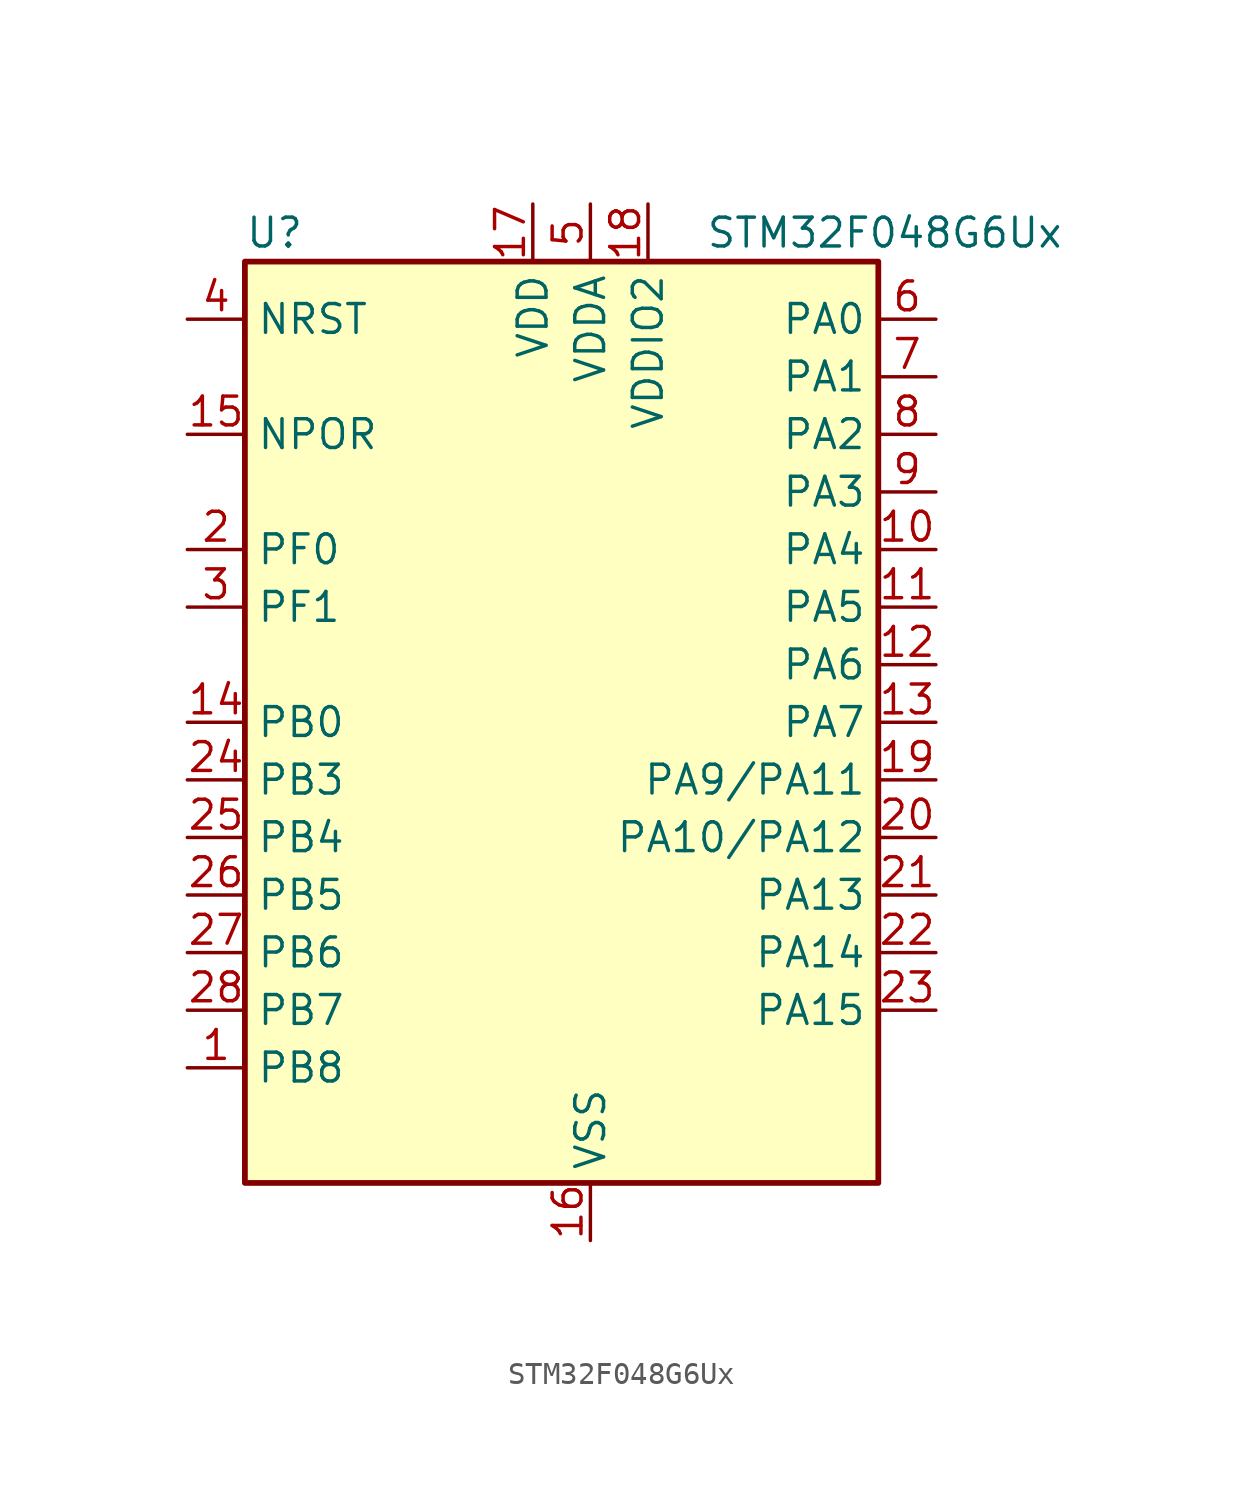
<source format=kicad_sym>
(kicad_symbol_lib
  (version 20220914)
  (generator kicad_symbol_editor)
  (symbol "STM32F048G6Ux"
    (property "Reference" "U"
      (at -12.7 21.59 0)
      (effects (font (size 1.27 1.27)) (justify left)))
    (property "Value" "STM32F048G6Ux"
      (at 7.62 21.59 0)
      (effects (font (size 1.27 1.27)) (justify left)))
    (property "ki_locked" ""
      (at 0 0 0)
      (effects (font (size 1.27 1.27))))
    (symbol "STM32F048G6Ux_0_1"
      (rectangle (start -12.7 -20.32) (end 15.24 20.32) (stroke (width 0.254) (type default)) (fill (type background))))
    (symbol "STM32F048G6Ux_1_1"
      (pin bidirectional line (at -15.24 -15.24 0) (length 2.54) (name "PB8" (effects (font (size 1.27 1.27)))) (number "1" (effects (font (size 1.27 1.27)))) (alternate "CEC" bidirectional line) (alternate "I2C1_SCL" bidirectional line) (alternate "TIM16_CH1" bidirectional line) (alternate "TSC_SYNC" bidirectional line))
      (pin bidirectional line (at 17.78 7.62 180) (length 2.54) (name "PA4" (effects (font (size 1.27 1.27)))) (number "10" (effects (font (size 1.27 1.27)))) (alternate "ADC_IN4" bidirectional line) (alternate "I2S1_WS" bidirectional line) (alternate "SPI1_NSS" bidirectional line) (alternate "TIM14_CH1" bidirectional line) (alternate "TSC_G2_IO1" bidirectional line) (alternate "USART2_CK" bidirectional line) (alternate "USB_NOE" bidirectional line))
      (pin bidirectional line (at 17.78 5.08 180) (length 2.54) (name "PA5" (effects (font (size 1.27 1.27)))) (number "11" (effects (font (size 1.27 1.27)))) (alternate "ADC_IN5" bidirectional line) (alternate "CEC" bidirectional line) (alternate "I2S1_CK" bidirectional line) (alternate "SPI1_SCK" bidirectional line) (alternate "TIM2_CH1" bidirectional line) (alternate "TIM2_ETR" bidirectional line) (alternate "TSC_G2_IO2" bidirectional line))
      (pin bidirectional line (at 17.78 2.54 180) (length 2.54) (name "PA6" (effects (font (size 1.27 1.27)))) (number "12" (effects (font (size 1.27 1.27)))) (alternate "ADC_IN6" bidirectional line) (alternate "I2S1_MCK" bidirectional line) (alternate "SPI1_MISO" bidirectional line) (alternate "TIM16_CH1" bidirectional line) (alternate "TIM1_BKIN" bidirectional line) (alternate "TIM3_CH1" bidirectional line) (alternate "TSC_G2_IO3" bidirectional line))
      (pin bidirectional line (at 17.78 0 180) (length 2.54) (name "PA7" (effects (font (size 1.27 1.27)))) (number "13" (effects (font (size 1.27 1.27)))) (alternate "ADC_IN7" bidirectional line) (alternate "I2S1_SD" bidirectional line) (alternate "SPI1_MOSI" bidirectional line) (alternate "TIM14_CH1" bidirectional line) (alternate "TIM17_CH1" bidirectional line) (alternate "TIM1_CH1N" bidirectional line) (alternate "TIM3_CH2" bidirectional line) (alternate "TSC_G2_IO4" bidirectional line))
      (pin bidirectional line (at -15.24 0 0) (length 2.54) (name "PB0" (effects (font (size 1.27 1.27)))) (number "14" (effects (font (size 1.27 1.27)))) (alternate "ADC_IN8" bidirectional line) (alternate "TIM1_CH2N" bidirectional line) (alternate "TIM3_CH3" bidirectional line))
      (pin input line (at -15.24 12.7 0) (length 2.54) (name "NPOR" (effects (font (size 1.27 1.27)))) (number "15" (effects (font (size 1.27 1.27)))))
      (pin power_in line (at 2.54 -22.86 90) (length 2.54) (name "VSS" (effects (font (size 1.27 1.27)))) (number "16" (effects (font (size 1.27 1.27)))))
      (pin power_in line (at 0 22.86 270) (length 2.54) (name "VDD" (effects (font (size 1.27 1.27)))) (number "17" (effects (font (size 1.27 1.27)))))
      (pin power_in line (at 5.08 22.86 270) (length 2.54) (name "VDDIO2" (effects (font (size 1.27 1.27)))) (number "18" (effects (font (size 1.27 1.27)))))
      (pin bidirectional line (at 17.78 -2.54 180) (length 2.54) (name "PA9/PA11" (effects (font (size 1.27 1.27)))) (number "19" (effects (font (size 1.27 1.27)))) (alternate "I2C1_SCL" bidirectional line) (alternate "TIM1_CH2" bidirectional line) (alternate "TSC_G4_IO1" bidirectional line) (alternate "USART1_TX" bidirectional line))
      (pin bidirectional line (at -15.24 7.62 0) (length 2.54) (name "PF0" (effects (font (size 1.27 1.27)))) (number "2" (effects (font (size 1.27 1.27)))) (alternate "CRS_SYNC" bidirectional line) (alternate "I2C1_SDA" bidirectional line) (alternate "RCC_OSC_IN" bidirectional line))
      (pin bidirectional line (at 17.78 -5.08 180) (length 2.54) (name "PA10/PA12" (effects (font (size 1.27 1.27)))) (number "20" (effects (font (size 1.27 1.27)))) (alternate "I2C1_SDA" bidirectional line) (alternate "TIM17_BKIN" bidirectional line) (alternate "TIM1_CH3" bidirectional line) (alternate "TSC_G4_IO2" bidirectional line) (alternate "USART1_RX" bidirectional line))
      (pin bidirectional line (at 17.78 -7.62 180) (length 2.54) (name "PA13" (effects (font (size 1.27 1.27)))) (number "21" (effects (font (size 1.27 1.27)))) (alternate "IR_OUT" bidirectional line) (alternate "SYS_SWDIO" bidirectional line) (alternate "USB_NOE" bidirectional line))
      (pin bidirectional line (at 17.78 -10.16 180) (length 2.54) (name "PA14" (effects (font (size 1.27 1.27)))) (number "22" (effects (font (size 1.27 1.27)))) (alternate "SYS_SWCLK" bidirectional line) (alternate "USART2_TX" bidirectional line))
      (pin bidirectional line (at 17.78 -12.7 180) (length 2.54) (name "PA15" (effects (font (size 1.27 1.27)))) (number "23" (effects (font (size 1.27 1.27)))) (alternate "I2S1_WS" bidirectional line) (alternate "SPI1_NSS" bidirectional line) (alternate "TIM2_CH1" bidirectional line) (alternate "TIM2_ETR" bidirectional line) (alternate "USART2_RX" bidirectional line) (alternate "USB_NOE" bidirectional line))
      (pin bidirectional line (at -15.24 -2.54 0) (length 2.54) (name "PB3" (effects (font (size 1.27 1.27)))) (number "24" (effects (font (size 1.27 1.27)))) (alternate "I2S1_CK" bidirectional line) (alternate "SPI1_SCK" bidirectional line) (alternate "TIM2_CH2" bidirectional line) (alternate "TSC_G5_IO1" bidirectional line))
      (pin bidirectional line (at -15.24 -5.08 0) (length 2.54) (name "PB4" (effects (font (size 1.27 1.27)))) (number "25" (effects (font (size 1.27 1.27)))) (alternate "I2S1_MCK" bidirectional line) (alternate "SPI1_MISO" bidirectional line) (alternate "TIM17_BKIN" bidirectional line) (alternate "TIM3_CH1" bidirectional line) (alternate "TSC_G5_IO2" bidirectional line))
      (pin bidirectional line (at -15.24 -7.62 0) (length 2.54) (name "PB5" (effects (font (size 1.27 1.27)))) (number "26" (effects (font (size 1.27 1.27)))) (alternate "I2C1_SMBA" bidirectional line) (alternate "I2S1_SD" bidirectional line) (alternate "SPI1_MOSI" bidirectional line) (alternate "SYS_WKUP6" bidirectional line) (alternate "TIM16_BKIN" bidirectional line) (alternate "TIM3_CH2" bidirectional line))
      (pin bidirectional line (at -15.24 -10.16 0) (length 2.54) (name "PB6" (effects (font (size 1.27 1.27)))) (number "27" (effects (font (size 1.27 1.27)))) (alternate "I2C1_SCL" bidirectional line) (alternate "TIM16_CH1N" bidirectional line) (alternate "TSC_G5_IO3" bidirectional line) (alternate "USART1_TX" bidirectional line))
      (pin bidirectional line (at -15.24 -12.7 0) (length 2.54) (name "PB7" (effects (font (size 1.27 1.27)))) (number "28" (effects (font (size 1.27 1.27)))) (alternate "I2C1_SDA" bidirectional line) (alternate "TIM17_CH1N" bidirectional line) (alternate "TSC_G5_IO4" bidirectional line) (alternate "USART1_RX" bidirectional line))
      (pin bidirectional line (at -15.24 5.08 0) (length 2.54) (name "PF1" (effects (font (size 1.27 1.27)))) (number "3" (effects (font (size 1.27 1.27)))) (alternate "I2C1_SCL" bidirectional line) (alternate "RCC_OSC_OUT" bidirectional line))
      (pin input line (at -15.24 17.78 0) (length 2.54) (name "NRST" (effects (font (size 1.27 1.27)))) (number "4" (effects (font (size 1.27 1.27)))))
      (pin power_in line (at 2.54 22.86 270) (length 2.54) (name "VDDA" (effects (font (size 1.27 1.27)))) (number "5" (effects (font (size 1.27 1.27)))))
      (pin bidirectional line (at 17.78 17.78 180) (length 2.54) (name "PA0" (effects (font (size 1.27 1.27)))) (number "6" (effects (font (size 1.27 1.27)))) (alternate "ADC_IN0" bidirectional line) (alternate "RTC_TAMP2" bidirectional line) (alternate "SYS_WKUP1" bidirectional line) (alternate "TIM2_CH1" bidirectional line) (alternate "TIM2_ETR" bidirectional line) (alternate "TSC_G1_IO1" bidirectional line) (alternate "USART2_CTS" bidirectional line))
      (pin bidirectional line (at 17.78 15.24 180) (length 2.54) (name "PA1" (effects (font (size 1.27 1.27)))) (number "7" (effects (font (size 1.27 1.27)))) (alternate "ADC_IN1" bidirectional line) (alternate "TIM2_CH2" bidirectional line) (alternate "TSC_G1_IO2" bidirectional line) (alternate "USART2_DE" bidirectional line) (alternate "USART2_RTS" bidirectional line))
      (pin bidirectional line (at 17.78 12.7 180) (length 2.54) (name "PA2" (effects (font (size 1.27 1.27)))) (number "8" (effects (font (size 1.27 1.27)))) (alternate "ADC_IN2" bidirectional line) (alternate "SYS_WKUP4" bidirectional line) (alternate "TIM2_CH3" bidirectional line) (alternate "TSC_G1_IO3" bidirectional line) (alternate "USART2_TX" bidirectional line))
      (pin bidirectional line (at 17.78 10.16 180) (length 2.54) (name "PA3" (effects (font (size 1.27 1.27)))) (number "9" (effects (font (size 1.27 1.27)))) (alternate "ADC_IN3" bidirectional line) (alternate "TIM2_CH4" bidirectional line) (alternate "TSC_G1_IO4" bidirectional line) (alternate "USART2_RX" bidirectional line)))))
</source>
